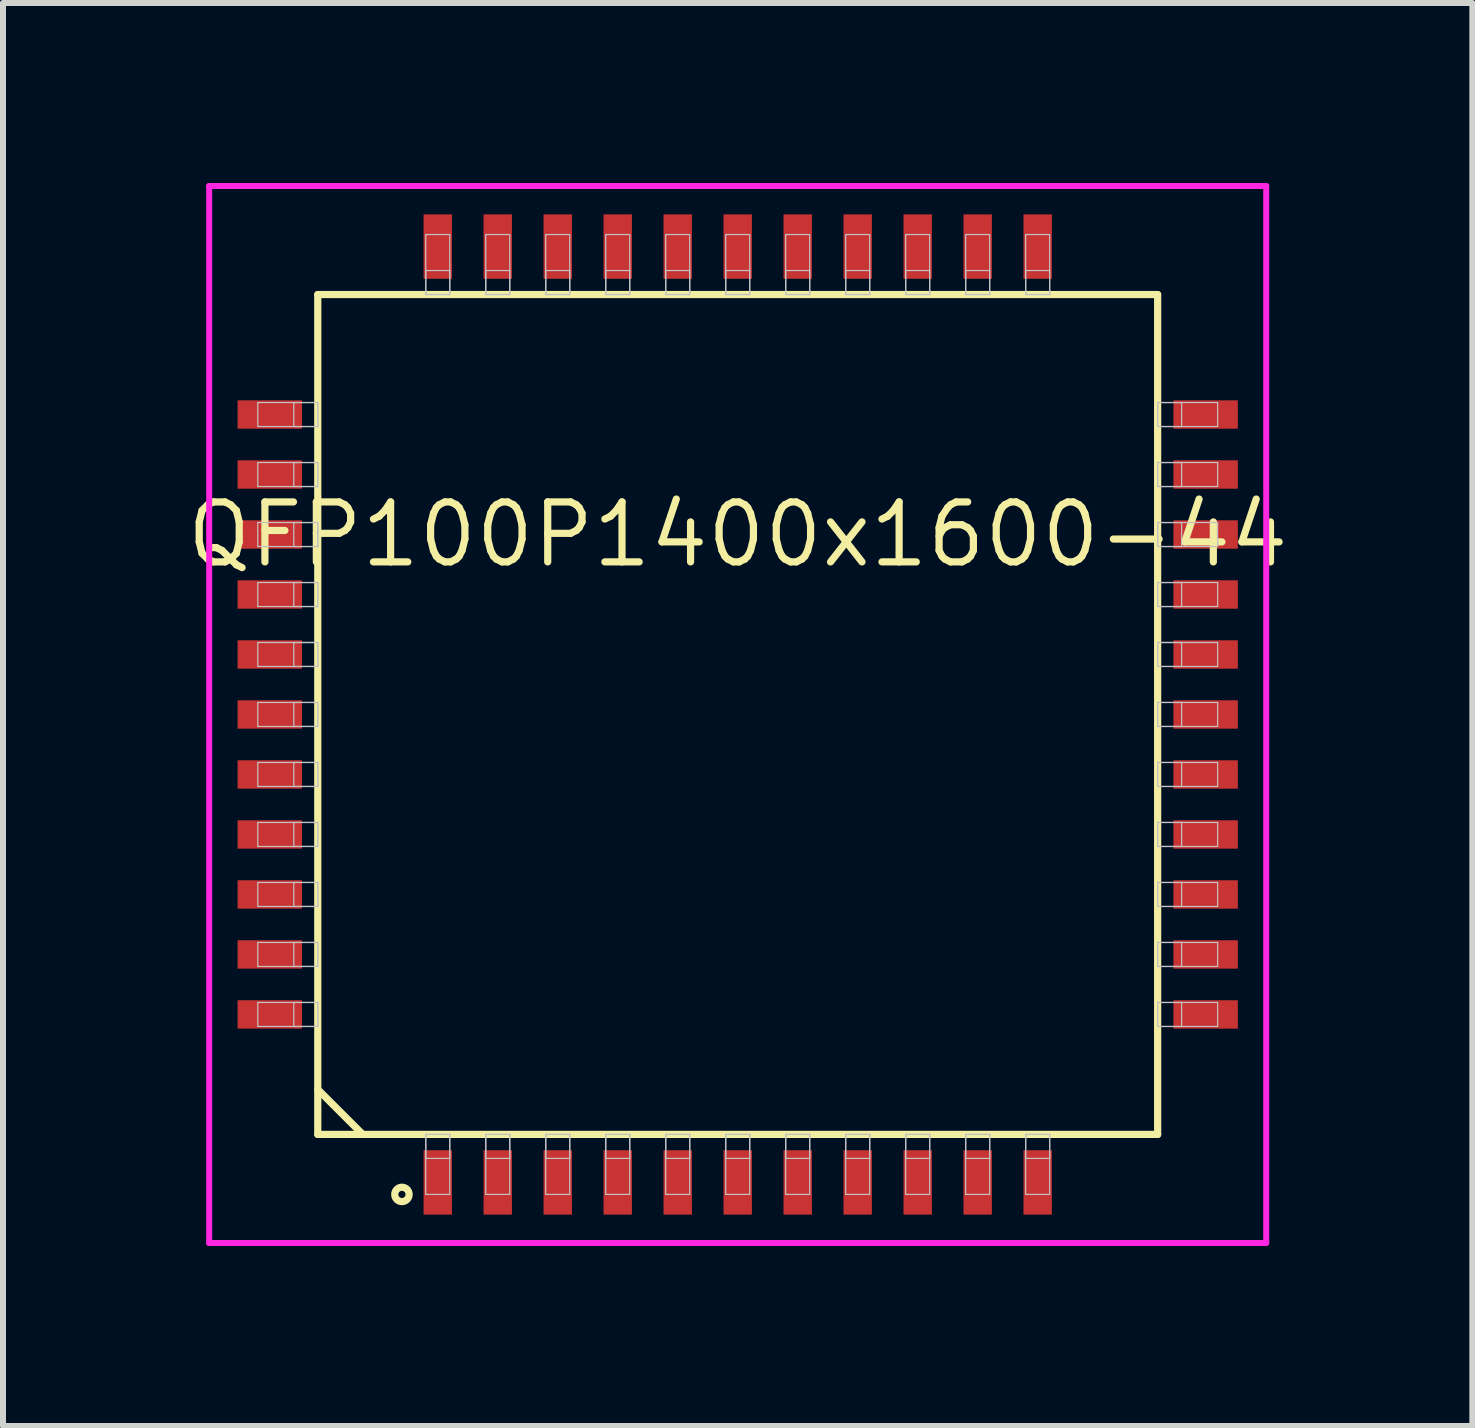
<source format=kicad_pcb>
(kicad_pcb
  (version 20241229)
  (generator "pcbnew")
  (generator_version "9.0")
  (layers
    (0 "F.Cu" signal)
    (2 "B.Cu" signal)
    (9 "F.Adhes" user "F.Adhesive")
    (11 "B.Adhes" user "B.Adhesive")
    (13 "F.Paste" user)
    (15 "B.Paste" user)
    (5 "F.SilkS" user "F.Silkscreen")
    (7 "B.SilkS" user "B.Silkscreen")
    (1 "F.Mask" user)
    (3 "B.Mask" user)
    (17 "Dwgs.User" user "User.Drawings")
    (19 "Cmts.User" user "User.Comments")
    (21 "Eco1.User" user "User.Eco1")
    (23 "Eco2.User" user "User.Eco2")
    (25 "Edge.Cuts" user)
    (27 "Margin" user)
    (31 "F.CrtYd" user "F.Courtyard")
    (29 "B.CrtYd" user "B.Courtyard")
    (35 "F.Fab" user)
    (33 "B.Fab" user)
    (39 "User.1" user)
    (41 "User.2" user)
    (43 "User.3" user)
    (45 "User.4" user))
  (footprint "QFP100P1400x1600-44"
    (layer "F.Cu")
    (at 9.247 8.86)
    (property "Reference" "QFP100P1400x1600-44" (at 0 -3 0) (layer "F.SilkS") (effects (font (size 1 1) (thickness 0.12))))
    (attr through_hole)
    (fp_line (start -7 -7) (end -7 7) (stroke (width 0.12) (type solid)) (layer "F.SilkS"))
    (fp_line (start -7 6.25) (end -6.25 7) (stroke (width 0.12) (type solid)) (layer "F.SilkS"))
    (fp_line (start -7 7) (end 7 7) (stroke (width 0.12) (type solid)) (layer "F.SilkS"))
    (fp_line (start 7 -7) (end -7 -7) (stroke (width 0.12) (type solid)) (layer "F.SilkS"))
    (fp_line (start 7 7) (end 7 -7) (stroke (width 0.12) (type solid)) (layer "F.SilkS"))
    (fp_circle (center -5.597 8) (end -5.477 8) (stroke (width 0.12) (type solid)) (fill no) (layer "F.SilkS"))
    (fp_line (start -8 -5.2) (end -8 -4.8) (stroke (width 0.02) (type solid)) (layer "Dwgs.User"))
    (fp_line (start -8 -4.8) (end -7 -4.8) (stroke (width 0.02) (type solid)) (layer "Dwgs.User"))
    (fp_line (start -8 -4.2) (end -8 -3.8) (stroke (width 0.02) (type solid)) (layer "Dwgs.User"))
    (fp_line (start -8 -3.8) (end -7 -3.8) (stroke (width 0.02) (type solid)) (layer "Dwgs.User"))
    (fp_line (start -8 -3.2) (end -8 -2.8) (stroke (width 0.02) (type solid)) (layer "Dwgs.User"))
    (fp_line (start -8 -2.8) (end -7 -2.8) (stroke (width 0.02) (type solid)) (layer "Dwgs.User"))
    (fp_line (start -8 -2.2) (end -8 -1.8) (stroke (width 0.02) (type solid)) (layer "Dwgs.User"))
    (fp_line (start -8 -1.8) (end -7 -1.8) (stroke (width 0.02) (type solid)) (layer "Dwgs.User"))
    (fp_line (start -8 -1.2) (end -8 -0.8) (stroke (width 0.02) (type solid)) (layer "Dwgs.User"))
    (fp_line (start -8 -0.8) (end -7 -0.8) (stroke (width 0.02) (type solid)) (layer "Dwgs.User"))
    (fp_line (start -8 -0.2) (end -8 0.2) (stroke (width 0.02) (type solid)) (layer "Dwgs.User"))
    (fp_line (start -8 0.2) (end -7 0.2) (stroke (width 0.02) (type solid)) (layer "Dwgs.User"))
    (fp_line (start -8 0.8) (end -8 1.2) (stroke (width 0.02) (type solid)) (layer "Dwgs.User"))
    (fp_line (start -8 1.2) (end -7 1.2) (stroke (width 0.02) (type solid)) (layer "Dwgs.User"))
    (fp_line (start -8 1.8) (end -8 2.2) (stroke (width 0.02) (type solid)) (layer "Dwgs.User"))
    (fp_line (start -8 2.2) (end -7 2.2) (stroke (width 0.02) (type solid)) (layer "Dwgs.User"))
    (fp_line (start -8 2.8) (end -8 3.2) (stroke (width 0.02) (type solid)) (layer "Dwgs.User"))
    (fp_line (start -8 3.2) (end -7 3.2) (stroke (width 0.02) (type solid)) (layer "Dwgs.User"))
    (fp_line (start -8 3.8) (end -8 4.2) (stroke (width 0.02) (type solid)) (layer "Dwgs.User"))
    (fp_line (start -8 4.2) (end -7 4.2) (stroke (width 0.02) (type solid)) (layer "Dwgs.User"))
    (fp_line (start -8 4.8) (end -8 5.2) (stroke (width 0.02) (type solid)) (layer "Dwgs.User"))
    (fp_line (start -8 5.2) (end -7 5.2) (stroke (width 0.02) (type solid)) (layer "Dwgs.User"))
    (fp_line (start -7.4 -5.2) (end -7.4 -4.8) (stroke (width 0.02) (type solid)) (layer "Dwgs.User"))
    (fp_line (start -7.4 -4.8) (end -7 -4.8) (stroke (width 0.02) (type solid)) (layer "Dwgs.User"))
    (fp_line (start -7.4 -4.2) (end -7.4 -3.8) (stroke (width 0.02) (type solid)) (layer "Dwgs.User"))
    (fp_line (start -7.4 -3.8) (end -7 -3.8) (stroke (width 0.02) (type solid)) (layer "Dwgs.User"))
    (fp_line (start -7.4 -3.2) (end -7.4 -2.8) (stroke (width 0.02) (type solid)) (layer "Dwgs.User"))
    (fp_line (start -7.4 -2.8) (end -7 -2.8) (stroke (width 0.02) (type solid)) (layer "Dwgs.User"))
    (fp_line (start -7.4 -2.2) (end -7.4 -1.8) (stroke (width 0.02) (type solid)) (layer "Dwgs.User"))
    (fp_line (start -7.4 -1.8) (end -7 -1.8) (stroke (width 0.02) (type solid)) (layer "Dwgs.User"))
    (fp_line (start -7.4 -1.2) (end -7.4 -0.8) (stroke (width 0.02) (type solid)) (layer "Dwgs.User"))
    (fp_line (start -7.4 -0.8) (end -7 -0.8) (stroke (width 0.02) (type solid)) (layer "Dwgs.User"))
    (fp_line (start -7.4 -0.2) (end -7.4 0.2) (stroke (width 0.02) (type solid)) (layer "Dwgs.User"))
    (fp_line (start -7.4 0.2) (end -7 0.2) (stroke (width 0.02) (type solid)) (layer "Dwgs.User"))
    (fp_line (start -7.4 0.8) (end -7.4 1.2) (stroke (width 0.02) (type solid)) (layer "Dwgs.User"))
    (fp_line (start -7.4 1.2) (end -7 1.2) (stroke (width 0.02) (type solid)) (layer "Dwgs.User"))
    (fp_line (start -7.4 1.8) (end -7.4 2.2) (stroke (width 0.02) (type solid)) (layer "Dwgs.User"))
    (fp_line (start -7.4 2.2) (end -7 2.2) (stroke (width 0.02) (type solid)) (layer "Dwgs.User"))
    (fp_line (start -7.4 2.8) (end -7.4 3.2) (stroke (width 0.02) (type solid)) (layer "Dwgs.User"))
    (fp_line (start -7.4 3.2) (end -7 3.2) (stroke (width 0.02) (type solid)) (layer "Dwgs.User"))
    (fp_line (start -7.4 3.8) (end -7.4 4.2) (stroke (width 0.02) (type solid)) (layer "Dwgs.User"))
    (fp_line (start -7.4 4.2) (end -7 4.2) (stroke (width 0.02) (type solid)) (layer "Dwgs.User"))
    (fp_line (start -7.4 4.8) (end -7.4 5.2) (stroke (width 0.02) (type solid)) (layer "Dwgs.User"))
    (fp_line (start -7.4 5.2) (end -7 5.2) (stroke (width 0.02) (type solid)) (layer "Dwgs.User"))
    (fp_line (start -7 -5.2) (end -8 -5.2) (stroke (width 0.02) (type solid)) (layer "Dwgs.User"))
    (fp_line (start -7 -5.2) (end -7.4 -5.2) (stroke (width 0.02) (type solid)) (layer "Dwgs.User"))
    (fp_line (start -7 -4.8) (end -7 -5.2) (stroke (width 0.02) (type solid)) (layer "Dwgs.User"))
    (fp_line (start -7 -4.8) (end -7 -5.2) (stroke (width 0.02) (type solid)) (layer "Dwgs.User"))
    (fp_line (start -7 -4.2) (end -8 -4.2) (stroke (width 0.02) (type solid)) (layer "Dwgs.User"))
    (fp_line (start -7 -4.2) (end -7.4 -4.2) (stroke (width 0.02) (type solid)) (layer "Dwgs.User"))
    (fp_line (start -7 -3.8) (end -7 -4.2) (stroke (width 0.02) (type solid)) (layer "Dwgs.User"))
    (fp_line (start -7 -3.8) (end -7 -4.2) (stroke (width 0.02) (type solid)) (layer "Dwgs.User"))
    (fp_line (start -7 -3.2) (end -8 -3.2) (stroke (width 0.02) (type solid)) (layer "Dwgs.User"))
    (fp_line (start -7 -3.2) (end -7.4 -3.2) (stroke (width 0.02) (type solid)) (layer "Dwgs.User"))
    (fp_line (start -7 -2.8) (end -7 -3.2) (stroke (width 0.02) (type solid)) (layer "Dwgs.User"))
    (fp_line (start -7 -2.8) (end -7 -3.2) (stroke (width 0.02) (type solid)) (layer "Dwgs.User"))
    (fp_line (start -7 -2.2) (end -8 -2.2) (stroke (width 0.02) (type solid)) (layer "Dwgs.User"))
    (fp_line (start -7 -2.2) (end -7.4 -2.2) (stroke (width 0.02) (type solid)) (layer "Dwgs.User"))
    (fp_line (start -7 -1.8) (end -7 -2.2) (stroke (width 0.02) (type solid)) (layer "Dwgs.User"))
    (fp_line (start -7 -1.8) (end -7 -2.2) (stroke (width 0.02) (type solid)) (layer "Dwgs.User"))
    (fp_line (start -7 -1.2) (end -8 -1.2) (stroke (width 0.02) (type solid)) (layer "Dwgs.User"))
    (fp_line (start -7 -1.2) (end -7.4 -1.2) (stroke (width 0.02) (type solid)) (layer "Dwgs.User"))
    (fp_line (start -7 -0.8) (end -7 -1.2) (stroke (width 0.02) (type solid)) (layer "Dwgs.User"))
    (fp_line (start -7 -0.8) (end -7 -1.2) (stroke (width 0.02) (type solid)) (layer "Dwgs.User"))
    (fp_line (start -7 -0.2) (end -8 -0.2) (stroke (width 0.02) (type solid)) (layer "Dwgs.User"))
    (fp_line (start -7 -0.2) (end -7.4 -0.2) (stroke (width 0.02) (type solid)) (layer "Dwgs.User"))
    (fp_line (start -7 0.2) (end -7 -0.2) (stroke (width 0.02) (type solid)) (layer "Dwgs.User"))
    (fp_line (start -7 0.2) (end -7 -0.2) (stroke (width 0.02) (type solid)) (layer "Dwgs.User"))
    (fp_line (start -7 0.8) (end -8 0.8) (stroke (width 0.02) (type solid)) (layer "Dwgs.User"))
    (fp_line (start -7 0.8) (end -7.4 0.8) (stroke (width 0.02) (type solid)) (layer "Dwgs.User"))
    (fp_line (start -7 1.2) (end -7 0.8) (stroke (width 0.02) (type solid)) (layer "Dwgs.User"))
    (fp_line (start -7 1.2) (end -7 0.8) (stroke (width 0.02) (type solid)) (layer "Dwgs.User"))
    (fp_line (start -7 1.8) (end -8 1.8) (stroke (width 0.02) (type solid)) (layer "Dwgs.User"))
    (fp_line (start -7 1.8) (end -7.4 1.8) (stroke (width 0.02) (type solid)) (layer "Dwgs.User"))
    (fp_line (start -7 2.2) (end -7 1.8) (stroke (width 0.02) (type solid)) (layer "Dwgs.User"))
    (fp_line (start -7 2.2) (end -7 1.8) (stroke (width 0.02) (type solid)) (layer "Dwgs.User"))
    (fp_line (start -7 2.8) (end -8 2.8) (stroke (width 0.02) (type solid)) (layer "Dwgs.User"))
    (fp_line (start -7 2.8) (end -7.4 2.8) (stroke (width 0.02) (type solid)) (layer "Dwgs.User"))
    (fp_line (start -7 3.2) (end -7 2.8) (stroke (width 0.02) (type solid)) (layer "Dwgs.User"))
    (fp_line (start -7 3.2) (end -7 2.8) (stroke (width 0.02) (type solid)) (layer "Dwgs.User"))
    (fp_line (start -7 3.8) (end -8 3.8) (stroke (width 0.02) (type solid)) (layer "Dwgs.User"))
    (fp_line (start -7 3.8) (end -7.4 3.8) (stroke (width 0.02) (type solid)) (layer "Dwgs.User"))
    (fp_line (start -7 4.2) (end -7 3.8) (stroke (width 0.02) (type solid)) (layer "Dwgs.User"))
    (fp_line (start -7 4.2) (end -7 3.8) (stroke (width 0.02) (type solid)) (layer "Dwgs.User"))
    (fp_line (start -7 4.8) (end -8 4.8) (stroke (width 0.02) (type solid)) (layer "Dwgs.User"))
    (fp_line (start -7 4.8) (end -7.4 4.8) (stroke (width 0.02) (type solid)) (layer "Dwgs.User"))
    (fp_line (start -7 5.2) (end -7 4.8) (stroke (width 0.02) (type solid)) (layer "Dwgs.User"))
    (fp_line (start -7 5.2) (end -7 4.8) (stroke (width 0.02) (type solid)) (layer "Dwgs.User"))
    (fp_line (start -5.2 -8) (end -5.2 -7) (stroke (width 0.02) (type solid)) (layer "Dwgs.User"))
    (fp_line (start -5.2 -7.4) (end -5.2 -7) (stroke (width 0.02) (type solid)) (layer "Dwgs.User"))
    (fp_line (start -5.2 -7) (end -4.8 -7) (stroke (width 0.02) (type solid)) (layer "Dwgs.User"))
    (fp_line (start -5.2 -7) (end -4.8 -7) (stroke (width 0.02) (type solid)) (layer "Dwgs.User"))
    (fp_line (start -5.2 7) (end -4.8 7) (stroke (width 0.02) (type solid)) (layer "Dwgs.User"))
    (fp_line (start -5.2 7) (end -4.8 7) (stroke (width 0.02) (type solid)) (layer "Dwgs.User"))
    (fp_line (start -5.2 7.4) (end -5.2 7) (stroke (width 0.02) (type solid)) (layer "Dwgs.User"))
    (fp_line (start -5.2 8) (end -5.2 7) (stroke (width 0.02) (type solid)) (layer "Dwgs.User"))
    (fp_line (start -4.8 -8) (end -5.2 -8) (stroke (width 0.02) (type solid)) (layer "Dwgs.User"))
    (fp_line (start -4.8 -7.4) (end -5.2 -7.4) (stroke (width 0.02) (type solid)) (layer "Dwgs.User"))
    (fp_line (start -4.8 -7) (end -4.8 -8) (stroke (width 0.02) (type solid)) (layer "Dwgs.User"))
    (fp_line (start -4.8 -7) (end -4.8 -7.4) (stroke (width 0.02) (type solid)) (layer "Dwgs.User"))
    (fp_line (start -4.8 7) (end -4.8 7.4) (stroke (width 0.02) (type solid)) (layer "Dwgs.User"))
    (fp_line (start -4.8 7) (end -4.8 8) (stroke (width 0.02) (type solid)) (layer "Dwgs.User"))
    (fp_line (start -4.8 7.4) (end -5.2 7.4) (stroke (width 0.02) (type solid)) (layer "Dwgs.User"))
    (fp_line (start -4.8 8) (end -5.2 8) (stroke (width 0.02) (type solid)) (layer "Dwgs.User"))
    (fp_line (start -4.2 -8) (end -4.2 -7) (stroke (width 0.02) (type solid)) (layer "Dwgs.User"))
    (fp_line (start -4.2 -7.4) (end -4.2 -7) (stroke (width 0.02) (type solid)) (layer "Dwgs.User"))
    (fp_line (start -4.2 -7) (end -3.8 -7) (stroke (width 0.02) (type solid)) (layer "Dwgs.User"))
    (fp_line (start -4.2 -7) (end -3.8 -7) (stroke (width 0.02) (type solid)) (layer "Dwgs.User"))
    (fp_line (start -4.2 7) (end -3.8 7) (stroke (width 0.02) (type solid)) (layer "Dwgs.User"))
    (fp_line (start -4.2 7) (end -3.8 7) (stroke (width 0.02) (type solid)) (layer "Dwgs.User"))
    (fp_line (start -4.2 7.4) (end -4.2 7) (stroke (width 0.02) (type solid)) (layer "Dwgs.User"))
    (fp_line (start -4.2 8) (end -4.2 7) (stroke (width 0.02) (type solid)) (layer "Dwgs.User"))
    (fp_line (start -3.8 -8) (end -4.2 -8) (stroke (width 0.02) (type solid)) (layer "Dwgs.User"))
    (fp_line (start -3.8 -7.4) (end -4.2 -7.4) (stroke (width 0.02) (type solid)) (layer "Dwgs.User"))
    (fp_line (start -3.8 -7) (end -3.8 -8) (stroke (width 0.02) (type solid)) (layer "Dwgs.User"))
    (fp_line (start -3.8 -7) (end -3.8 -7.4) (stroke (width 0.02) (type solid)) (layer "Dwgs.User"))
    (fp_line (start -3.8 7) (end -3.8 7.4) (stroke (width 0.02) (type solid)) (layer "Dwgs.User"))
    (fp_line (start -3.8 7) (end -3.8 8) (stroke (width 0.02) (type solid)) (layer "Dwgs.User"))
    (fp_line (start -3.8 7.4) (end -4.2 7.4) (stroke (width 0.02) (type solid)) (layer "Dwgs.User"))
    (fp_line (start -3.8 8) (end -4.2 8) (stroke (width 0.02) (type solid)) (layer "Dwgs.User"))
    (fp_line (start -3.2 -8) (end -3.2 -7) (stroke (width 0.02) (type solid)) (layer "Dwgs.User"))
    (fp_line (start -3.2 -7.4) (end -3.2 -7) (stroke (width 0.02) (type solid)) (layer "Dwgs.User"))
    (fp_line (start -3.2 -7) (end -2.8 -7) (stroke (width 0.02) (type solid)) (layer "Dwgs.User"))
    (fp_line (start -3.2 -7) (end -2.8 -7) (stroke (width 0.02) (type solid)) (layer "Dwgs.User"))
    (fp_line (start -3.2 7) (end -2.8 7) (stroke (width 0.02) (type solid)) (layer "Dwgs.User"))
    (fp_line (start -3.2 7) (end -2.8 7) (stroke (width 0.02) (type solid)) (layer "Dwgs.User"))
    (fp_line (start -3.2 7.4) (end -3.2 7) (stroke (width 0.02) (type solid)) (layer "Dwgs.User"))
    (fp_line (start -3.2 8) (end -3.2 7) (stroke (width 0.02) (type solid)) (layer "Dwgs.User"))
    (fp_line (start -2.8 -8) (end -3.2 -8) (stroke (width 0.02) (type solid)) (layer "Dwgs.User"))
    (fp_line (start -2.8 -7.4) (end -3.2 -7.4) (stroke (width 0.02) (type solid)) (layer "Dwgs.User"))
    (fp_line (start -2.8 -7) (end -2.8 -8) (stroke (width 0.02) (type solid)) (layer "Dwgs.User"))
    (fp_line (start -2.8 -7) (end -2.8 -7.4) (stroke (width 0.02) (type solid)) (layer "Dwgs.User"))
    (fp_line (start -2.8 7) (end -2.8 7.4) (stroke (width 0.02) (type solid)) (layer "Dwgs.User"))
    (fp_line (start -2.8 7) (end -2.8 8) (stroke (width 0.02) (type solid)) (layer "Dwgs.User"))
    (fp_line (start -2.8 7.4) (end -3.2 7.4) (stroke (width 0.02) (type solid)) (layer "Dwgs.User"))
    (fp_line (start -2.8 8) (end -3.2 8) (stroke (width 0.02) (type solid)) (layer "Dwgs.User"))
    (fp_line (start -2.2 -8) (end -2.2 -7) (stroke (width 0.02) (type solid)) (layer "Dwgs.User"))
    (fp_line (start -2.2 -7.4) (end -2.2 -7) (stroke (width 0.02) (type solid)) (layer "Dwgs.User"))
    (fp_line (start -2.2 -7) (end -1.8 -7) (stroke (width 0.02) (type solid)) (layer "Dwgs.User"))
    (fp_line (start -2.2 -7) (end -1.8 -7) (stroke (width 0.02) (type solid)) (layer "Dwgs.User"))
    (fp_line (start -2.2 7) (end -1.8 7) (stroke (width 0.02) (type solid)) (layer "Dwgs.User"))
    (fp_line (start -2.2 7) (end -1.8 7) (stroke (width 0.02) (type solid)) (layer "Dwgs.User"))
    (fp_line (start -2.2 7.4) (end -2.2 7) (stroke (width 0.02) (type solid)) (layer "Dwgs.User"))
    (fp_line (start -2.2 8) (end -2.2 7) (stroke (width 0.02) (type solid)) (layer "Dwgs.User"))
    (fp_line (start -1.8 -8) (end -2.2 -8) (stroke (width 0.02) (type solid)) (layer "Dwgs.User"))
    (fp_line (start -1.8 -7.4) (end -2.2 -7.4) (stroke (width 0.02) (type solid)) (layer "Dwgs.User"))
    (fp_line (start -1.8 -7) (end -1.8 -8) (stroke (width 0.02) (type solid)) (layer "Dwgs.User"))
    (fp_line (start -1.8 -7) (end -1.8 -7.4) (stroke (width 0.02) (type solid)) (layer "Dwgs.User"))
    (fp_line (start -1.8 7) (end -1.8 7.4) (stroke (width 0.02) (type solid)) (layer "Dwgs.User"))
    (fp_line (start -1.8 7) (end -1.8 8) (stroke (width 0.02) (type solid)) (layer "Dwgs.User"))
    (fp_line (start -1.8 7.4) (end -2.2 7.4) (stroke (width 0.02) (type solid)) (layer "Dwgs.User"))
    (fp_line (start -1.8 8) (end -2.2 8) (stroke (width 0.02) (type solid)) (layer "Dwgs.User"))
    (fp_line (start -1.2 -8) (end -1.2 -7) (stroke (width 0.02) (type solid)) (layer "Dwgs.User"))
    (fp_line (start -1.2 -7.4) (end -1.2 -7) (stroke (width 0.02) (type solid)) (layer "Dwgs.User"))
    (fp_line (start -1.2 -7) (end -0.8 -7) (stroke (width 0.02) (type solid)) (layer "Dwgs.User"))
    (fp_line (start -1.2 -7) (end -0.8 -7) (stroke (width 0.02) (type solid)) (layer "Dwgs.User"))
    (fp_line (start -1.2 7) (end -0.8 7) (stroke (width 0.02) (type solid)) (layer "Dwgs.User"))
    (fp_line (start -1.2 7) (end -0.8 7) (stroke (width 0.02) (type solid)) (layer "Dwgs.User"))
    (fp_line (start -1.2 7.4) (end -1.2 7) (stroke (width 0.02) (type solid)) (layer "Dwgs.User"))
    (fp_line (start -1.2 8) (end -1.2 7) (stroke (width 0.02) (type solid)) (layer "Dwgs.User"))
    (fp_line (start -0.8 -8) (end -1.2 -8) (stroke (width 0.02) (type solid)) (layer "Dwgs.User"))
    (fp_line (start -0.8 -7.4) (end -1.2 -7.4) (stroke (width 0.02) (type solid)) (layer "Dwgs.User"))
    (fp_line (start -0.8 -7) (end -0.8 -8) (stroke (width 0.02) (type solid)) (layer "Dwgs.User"))
    (fp_line (start -0.8 -7) (end -0.8 -7.4) (stroke (width 0.02) (type solid)) (layer "Dwgs.User"))
    (fp_line (start -0.8 7) (end -0.8 7.4) (stroke (width 0.02) (type solid)) (layer "Dwgs.User"))
    (fp_line (start -0.8 7) (end -0.8 8) (stroke (width 0.02) (type solid)) (layer "Dwgs.User"))
    (fp_line (start -0.8 7.4) (end -1.2 7.4) (stroke (width 0.02) (type solid)) (layer "Dwgs.User"))
    (fp_line (start -0.8 8) (end -1.2 8) (stroke (width 0.02) (type solid)) (layer "Dwgs.User"))
    (fp_line (start -0.2 -8) (end -0.2 -7) (stroke (width 0.02) (type solid)) (layer "Dwgs.User"))
    (fp_line (start -0.2 -7.4) (end -0.2 -7) (stroke (width 0.02) (type solid)) (layer "Dwgs.User"))
    (fp_line (start -0.2 -7) (end 0.2 -7) (stroke (width 0.02) (type solid)) (layer "Dwgs.User"))
    (fp_line (start -0.2 -7) (end 0.2 -7) (stroke (width 0.02) (type solid)) (layer "Dwgs.User"))
    (fp_line (start -0.2 7) (end 0.2 7) (stroke (width 0.02) (type solid)) (layer "Dwgs.User"))
    (fp_line (start -0.2 7) (end 0.2 7) (stroke (width 0.02) (type solid)) (layer "Dwgs.User"))
    (fp_line (start -0.2 7.4) (end -0.2 7) (stroke (width 0.02) (type solid)) (layer "Dwgs.User"))
    (fp_line (start -0.2 8) (end -0.2 7) (stroke (width 0.02) (type solid)) (layer "Dwgs.User"))
    (fp_line (start 0.2 -8) (end -0.2 -8) (stroke (width 0.02) (type solid)) (layer "Dwgs.User"))
    (fp_line (start 0.2 -7.4) (end -0.2 -7.4) (stroke (width 0.02) (type solid)) (layer "Dwgs.User"))
    (fp_line (start 0.2 -7) (end 0.2 -8) (stroke (width 0.02) (type solid)) (layer "Dwgs.User"))
    (fp_line (start 0.2 -7) (end 0.2 -7.4) (stroke (width 0.02) (type solid)) (layer "Dwgs.User"))
    (fp_line (start 0.2 7) (end 0.2 7.4) (stroke (width 0.02) (type solid)) (layer "Dwgs.User"))
    (fp_line (start 0.2 7) (end 0.2 8) (stroke (width 0.02) (type solid)) (layer "Dwgs.User"))
    (fp_line (start 0.2 7.4) (end -0.2 7.4) (stroke (width 0.02) (type solid)) (layer "Dwgs.User"))
    (fp_line (start 0.2 8) (end -0.2 8) (stroke (width 0.02) (type solid)) (layer "Dwgs.User"))
    (fp_line (start 0.8 -8) (end 0.8 -7) (stroke (width 0.02) (type solid)) (layer "Dwgs.User"))
    (fp_line (start 0.8 -7.4) (end 0.8 -7) (stroke (width 0.02) (type solid)) (layer "Dwgs.User"))
    (fp_line (start 0.8 -7) (end 1.2 -7) (stroke (width 0.02) (type solid)) (layer "Dwgs.User"))
    (fp_line (start 0.8 -7) (end 1.2 -7) (stroke (width 0.02) (type solid)) (layer "Dwgs.User"))
    (fp_line (start 0.8 7) (end 1.2 7) (stroke (width 0.02) (type solid)) (layer "Dwgs.User"))
    (fp_line (start 0.8 7) (end 1.2 7) (stroke (width 0.02) (type solid)) (layer "Dwgs.User"))
    (fp_line (start 0.8 7.4) (end 0.8 7) (stroke (width 0.02) (type solid)) (layer "Dwgs.User"))
    (fp_line (start 0.8 8) (end 0.8 7) (stroke (width 0.02) (type solid)) (layer "Dwgs.User"))
    (fp_line (start 1.2 -8) (end 0.8 -8) (stroke (width 0.02) (type solid)) (layer "Dwgs.User"))
    (fp_line (start 1.2 -7.4) (end 0.8 -7.4) (stroke (width 0.02) (type solid)) (layer "Dwgs.User"))
    (fp_line (start 1.2 -7) (end 1.2 -8) (stroke (width 0.02) (type solid)) (layer "Dwgs.User"))
    (fp_line (start 1.2 -7) (end 1.2 -7.4) (stroke (width 0.02) (type solid)) (layer "Dwgs.User"))
    (fp_line (start 1.2 7) (end 1.2 7.4) (stroke (width 0.02) (type solid)) (layer "Dwgs.User"))
    (fp_line (start 1.2 7) (end 1.2 8) (stroke (width 0.02) (type solid)) (layer "Dwgs.User"))
    (fp_line (start 1.2 7.4) (end 0.8 7.4) (stroke (width 0.02) (type solid)) (layer "Dwgs.User"))
    (fp_line (start 1.2 8) (end 0.8 8) (stroke (width 0.02) (type solid)) (layer "Dwgs.User"))
    (fp_line (start 1.8 -8) (end 1.8 -7) (stroke (width 0.02) (type solid)) (layer "Dwgs.User"))
    (fp_line (start 1.8 -7.4) (end 1.8 -7) (stroke (width 0.02) (type solid)) (layer "Dwgs.User"))
    (fp_line (start 1.8 -7) (end 2.2 -7) (stroke (width 0.02) (type solid)) (layer "Dwgs.User"))
    (fp_line (start 1.8 -7) (end 2.2 -7) (stroke (width 0.02) (type solid)) (layer "Dwgs.User"))
    (fp_line (start 1.8 7) (end 2.2 7) (stroke (width 0.02) (type solid)) (layer "Dwgs.User"))
    (fp_line (start 1.8 7) (end 2.2 7) (stroke (width 0.02) (type solid)) (layer "Dwgs.User"))
    (fp_line (start 1.8 7.4) (end 1.8 7) (stroke (width 0.02) (type solid)) (layer "Dwgs.User"))
    (fp_line (start 1.8 8) (end 1.8 7) (stroke (width 0.02) (type solid)) (layer "Dwgs.User"))
    (fp_line (start 2.2 -8) (end 1.8 -8) (stroke (width 0.02) (type solid)) (layer "Dwgs.User"))
    (fp_line (start 2.2 -7.4) (end 1.8 -7.4) (stroke (width 0.02) (type solid)) (layer "Dwgs.User"))
    (fp_line (start 2.2 -7) (end 2.2 -8) (stroke (width 0.02) (type solid)) (layer "Dwgs.User"))
    (fp_line (start 2.2 -7) (end 2.2 -7.4) (stroke (width 0.02) (type solid)) (layer "Dwgs.User"))
    (fp_line (start 2.2 7) (end 2.2 7.4) (stroke (width 0.02) (type solid)) (layer "Dwgs.User"))
    (fp_line (start 2.2 7) (end 2.2 8) (stroke (width 0.02) (type solid)) (layer "Dwgs.User"))
    (fp_line (start 2.2 7.4) (end 1.8 7.4) (stroke (width 0.02) (type solid)) (layer "Dwgs.User"))
    (fp_line (start 2.2 8) (end 1.8 8) (stroke (width 0.02) (type solid)) (layer "Dwgs.User"))
    (fp_line (start 2.8 -8) (end 2.8 -7) (stroke (width 0.02) (type solid)) (layer "Dwgs.User"))
    (fp_line (start 2.8 -7.4) (end 2.8 -7) (stroke (width 0.02) (type solid)) (layer "Dwgs.User"))
    (fp_line (start 2.8 -7) (end 3.2 -7) (stroke (width 0.02) (type solid)) (layer "Dwgs.User"))
    (fp_line (start 2.8 -7) (end 3.2 -7) (stroke (width 0.02) (type solid)) (layer "Dwgs.User"))
    (fp_line (start 2.8 7) (end 3.2 7) (stroke (width 0.02) (type solid)) (layer "Dwgs.User"))
    (fp_line (start 2.8 7) (end 3.2 7) (stroke (width 0.02) (type solid)) (layer "Dwgs.User"))
    (fp_line (start 2.8 7.4) (end 2.8 7) (stroke (width 0.02) (type solid)) (layer "Dwgs.User"))
    (fp_line (start 2.8 8) (end 2.8 7) (stroke (width 0.02) (type solid)) (layer "Dwgs.User"))
    (fp_line (start 3.2 -8) (end 2.8 -8) (stroke (width 0.02) (type solid)) (layer "Dwgs.User"))
    (fp_line (start 3.2 -7.4) (end 2.8 -7.4) (stroke (width 0.02) (type solid)) (layer "Dwgs.User"))
    (fp_line (start 3.2 -7) (end 3.2 -8) (stroke (width 0.02) (type solid)) (layer "Dwgs.User"))
    (fp_line (start 3.2 -7) (end 3.2 -7.4) (stroke (width 0.02) (type solid)) (layer "Dwgs.User"))
    (fp_line (start 3.2 7) (end 3.2 7.4) (stroke (width 0.02) (type solid)) (layer "Dwgs.User"))
    (fp_line (start 3.2 7) (end 3.2 8) (stroke (width 0.02) (type solid)) (layer "Dwgs.User"))
    (fp_line (start 3.2 7.4) (end 2.8 7.4) (stroke (width 0.02) (type solid)) (layer "Dwgs.User"))
    (fp_line (start 3.2 8) (end 2.8 8) (stroke (width 0.02) (type solid)) (layer "Dwgs.User"))
    (fp_line (start 3.8 -8) (end 3.8 -7) (stroke (width 0.02) (type solid)) (layer "Dwgs.User"))
    (fp_line (start 3.8 -7.4) (end 3.8 -7) (stroke (width 0.02) (type solid)) (layer "Dwgs.User"))
    (fp_line (start 3.8 -7) (end 4.2 -7) (stroke (width 0.02) (type solid)) (layer "Dwgs.User"))
    (fp_line (start 3.8 -7) (end 4.2 -7) (stroke (width 0.02) (type solid)) (layer "Dwgs.User"))
    (fp_line (start 3.8 7) (end 4.2 7) (stroke (width 0.02) (type solid)) (layer "Dwgs.User"))
    (fp_line (start 3.8 7) (end 4.2 7) (stroke (width 0.02) (type solid)) (layer "Dwgs.User"))
    (fp_line (start 3.8 7.4) (end 3.8 7) (stroke (width 0.02) (type solid)) (layer "Dwgs.User"))
    (fp_line (start 3.8 8) (end 3.8 7) (stroke (width 0.02) (type solid)) (layer "Dwgs.User"))
    (fp_line (start 4.2 -8) (end 3.8 -8) (stroke (width 0.02) (type solid)) (layer "Dwgs.User"))
    (fp_line (start 4.2 -7.4) (end 3.8 -7.4) (stroke (width 0.02) (type solid)) (layer "Dwgs.User"))
    (fp_line (start 4.2 -7) (end 4.2 -8) (stroke (width 0.02) (type solid)) (layer "Dwgs.User"))
    (fp_line (start 4.2 -7) (end 4.2 -7.4) (stroke (width 0.02) (type solid)) (layer "Dwgs.User"))
    (fp_line (start 4.2 7) (end 4.2 7.4) (stroke (width 0.02) (type solid)) (layer "Dwgs.User"))
    (fp_line (start 4.2 7) (end 4.2 8) (stroke (width 0.02) (type solid)) (layer "Dwgs.User"))
    (fp_line (start 4.2 7.4) (end 3.8 7.4) (stroke (width 0.02) (type solid)) (layer "Dwgs.User"))
    (fp_line (start 4.2 8) (end 3.8 8) (stroke (width 0.02) (type solid)) (layer "Dwgs.User"))
    (fp_line (start 4.8 -8) (end 4.8 -7) (stroke (width 0.02) (type solid)) (layer "Dwgs.User"))
    (fp_line (start 4.8 -7.4) (end 4.8 -7) (stroke (width 0.02) (type solid)) (layer "Dwgs.User"))
    (fp_line (start 4.8 -7) (end 5.2 -7) (stroke (width 0.02) (type solid)) (layer "Dwgs.User"))
    (fp_line (start 4.8 -7) (end 5.2 -7) (stroke (width 0.02) (type solid)) (layer "Dwgs.User"))
    (fp_line (start 4.8 7) (end 5.2 7) (stroke (width 0.02) (type solid)) (layer "Dwgs.User"))
    (fp_line (start 4.8 7) (end 5.2 7) (stroke (width 0.02) (type solid)) (layer "Dwgs.User"))
    (fp_line (start 4.8 7.4) (end 4.8 7) (stroke (width 0.02) (type solid)) (layer "Dwgs.User"))
    (fp_line (start 4.8 8) (end 4.8 7) (stroke (width 0.02) (type solid)) (layer "Dwgs.User"))
    (fp_line (start 5.2 -8) (end 4.8 -8) (stroke (width 0.02) (type solid)) (layer "Dwgs.User"))
    (fp_line (start 5.2 -7.4) (end 4.8 -7.4) (stroke (width 0.02) (type solid)) (layer "Dwgs.User"))
    (fp_line (start 5.2 -7) (end 5.2 -8) (stroke (width 0.02) (type solid)) (layer "Dwgs.User"))
    (fp_line (start 5.2 -7) (end 5.2 -7.4) (stroke (width 0.02) (type solid)) (layer "Dwgs.User"))
    (fp_line (start 5.2 7) (end 5.2 7.4) (stroke (width 0.02) (type solid)) (layer "Dwgs.User"))
    (fp_line (start 5.2 7) (end 5.2 8) (stroke (width 0.02) (type solid)) (layer "Dwgs.User"))
    (fp_line (start 5.2 7.4) (end 4.8 7.4) (stroke (width 0.02) (type solid)) (layer "Dwgs.User"))
    (fp_line (start 5.2 8) (end 4.8 8) (stroke (width 0.02) (type solid)) (layer "Dwgs.User"))
    (fp_line (start 7 -5.2) (end 7.4 -5.2) (stroke (width 0.02) (type solid)) (layer "Dwgs.User"))
    (fp_line (start 7 -5.2) (end 8 -5.2) (stroke (width 0.02) (type solid)) (layer "Dwgs.User"))
    (fp_line (start 7 -4.8) (end 7 -5.2) (stroke (width 0.02) (type solid)) (layer "Dwgs.User"))
    (fp_line (start 7 -4.8) (end 7 -5.2) (stroke (width 0.02) (type solid)) (layer "Dwgs.User"))
    (fp_line (start 7 -4.2) (end 7.4 -4.2) (stroke (width 0.02) (type solid)) (layer "Dwgs.User"))
    (fp_line (start 7 -4.2) (end 8 -4.2) (stroke (width 0.02) (type solid)) (layer "Dwgs.User"))
    (fp_line (start 7 -3.8) (end 7 -4.2) (stroke (width 0.02) (type solid)) (layer "Dwgs.User"))
    (fp_line (start 7 -3.8) (end 7 -4.2) (stroke (width 0.02) (type solid)) (layer "Dwgs.User"))
    (fp_line (start 7 -3.2) (end 7.4 -3.2) (stroke (width 0.02) (type solid)) (layer "Dwgs.User"))
    (fp_line (start 7 -3.2) (end 8 -3.2) (stroke (width 0.02) (type solid)) (layer "Dwgs.User"))
    (fp_line (start 7 -2.8) (end 7 -3.2) (stroke (width 0.02) (type solid)) (layer "Dwgs.User"))
    (fp_line (start 7 -2.8) (end 7 -3.2) (stroke (width 0.02) (type solid)) (layer "Dwgs.User"))
    (fp_line (start 7 -2.2) (end 7.4 -2.2) (stroke (width 0.02) (type solid)) (layer "Dwgs.User"))
    (fp_line (start 7 -2.2) (end 8 -2.2) (stroke (width 0.02) (type solid)) (layer "Dwgs.User"))
    (fp_line (start 7 -1.8) (end 7 -2.2) (stroke (width 0.02) (type solid)) (layer "Dwgs.User"))
    (fp_line (start 7 -1.8) (end 7 -2.2) (stroke (width 0.02) (type solid)) (layer "Dwgs.User"))
    (fp_line (start 7 -1.2) (end 7.4 -1.2) (stroke (width 0.02) (type solid)) (layer "Dwgs.User"))
    (fp_line (start 7 -1.2) (end 8 -1.2) (stroke (width 0.02) (type solid)) (layer "Dwgs.User"))
    (fp_line (start 7 -0.8) (end 7 -1.2) (stroke (width 0.02) (type solid)) (layer "Dwgs.User"))
    (fp_line (start 7 -0.8) (end 7 -1.2) (stroke (width 0.02) (type solid)) (layer "Dwgs.User"))
    (fp_line (start 7 -0.2) (end 7.4 -0.2) (stroke (width 0.02) (type solid)) (layer "Dwgs.User"))
    (fp_line (start 7 -0.2) (end 8 -0.2) (stroke (width 0.02) (type solid)) (layer "Dwgs.User"))
    (fp_line (start 7 0.2) (end 7 -0.2) (stroke (width 0.02) (type solid)) (layer "Dwgs.User"))
    (fp_line (start 7 0.2) (end 7 -0.2) (stroke (width 0.02) (type solid)) (layer "Dwgs.User"))
    (fp_line (start 7 0.8) (end 7.4 0.8) (stroke (width 0.02) (type solid)) (layer "Dwgs.User"))
    (fp_line (start 7 0.8) (end 8 0.8) (stroke (width 0.02) (type solid)) (layer "Dwgs.User"))
    (fp_line (start 7 1.2) (end 7 0.8) (stroke (width 0.02) (type solid)) (layer "Dwgs.User"))
    (fp_line (start 7 1.2) (end 7 0.8) (stroke (width 0.02) (type solid)) (layer "Dwgs.User"))
    (fp_line (start 7 1.8) (end 7.4 1.8) (stroke (width 0.02) (type solid)) (layer "Dwgs.User"))
    (fp_line (start 7 1.8) (end 8 1.8) (stroke (width 0.02) (type solid)) (layer "Dwgs.User"))
    (fp_line (start 7 2.2) (end 7 1.8) (stroke (width 0.02) (type solid)) (layer "Dwgs.User"))
    (fp_line (start 7 2.2) (end 7 1.8) (stroke (width 0.02) (type solid)) (layer "Dwgs.User"))
    (fp_line (start 7 2.8) (end 7.4 2.8) (stroke (width 0.02) (type solid)) (layer "Dwgs.User"))
    (fp_line (start 7 2.8) (end 8 2.8) (stroke (width 0.02) (type solid)) (layer "Dwgs.User"))
    (fp_line (start 7 3.2) (end 7 2.8) (stroke (width 0.02) (type solid)) (layer "Dwgs.User"))
    (fp_line (start 7 3.2) (end 7 2.8) (stroke (width 0.02) (type solid)) (layer "Dwgs.User"))
    (fp_line (start 7 3.8) (end 7.4 3.8) (stroke (width 0.02) (type solid)) (layer "Dwgs.User"))
    (fp_line (start 7 3.8) (end 8 3.8) (stroke (width 0.02) (type solid)) (layer "Dwgs.User"))
    (fp_line (start 7 4.2) (end 7 3.8) (stroke (width 0.02) (type solid)) (layer "Dwgs.User"))
    (fp_line (start 7 4.2) (end 7 3.8) (stroke (width 0.02) (type solid)) (layer "Dwgs.User"))
    (fp_line (start 7 4.8) (end 7.4 4.8) (stroke (width 0.02) (type solid)) (layer "Dwgs.User"))
    (fp_line (start 7 4.8) (end 8 4.8) (stroke (width 0.02) (type solid)) (layer "Dwgs.User"))
    (fp_line (start 7 5.2) (end 7 4.8) (stroke (width 0.02) (type solid)) (layer "Dwgs.User"))
    (fp_line (start 7 5.2) (end 7 4.8) (stroke (width 0.02) (type solid)) (layer "Dwgs.User"))
    (fp_line (start 7.4 -5.2) (end 7.4 -4.8) (stroke (width 0.02) (type solid)) (layer "Dwgs.User"))
    (fp_line (start 7.4 -4.8) (end 7 -4.8) (stroke (width 0.02) (type solid)) (layer "Dwgs.User"))
    (fp_line (start 7.4 -4.2) (end 7.4 -3.8) (stroke (width 0.02) (type solid)) (layer "Dwgs.User"))
    (fp_line (start 7.4 -3.8) (end 7 -3.8) (stroke (width 0.02) (type solid)) (layer "Dwgs.User"))
    (fp_line (start 7.4 -3.2) (end 7.4 -2.8) (stroke (width 0.02) (type solid)) (layer "Dwgs.User"))
    (fp_line (start 7.4 -2.8) (end 7 -2.8) (stroke (width 0.02) (type solid)) (layer "Dwgs.User"))
    (fp_line (start 7.4 -2.2) (end 7.4 -1.8) (stroke (width 0.02) (type solid)) (layer "Dwgs.User"))
    (fp_line (start 7.4 -1.8) (end 7 -1.8) (stroke (width 0.02) (type solid)) (layer "Dwgs.User"))
    (fp_line (start 7.4 -1.2) (end 7.4 -0.8) (stroke (width 0.02) (type solid)) (layer "Dwgs.User"))
    (fp_line (start 7.4 -0.8) (end 7 -0.8) (stroke (width 0.02) (type solid)) (layer "Dwgs.User"))
    (fp_line (start 7.4 -0.2) (end 7.4 0.2) (stroke (width 0.02) (type solid)) (layer "Dwgs.User"))
    (fp_line (start 7.4 0.2) (end 7 0.2) (stroke (width 0.02) (type solid)) (layer "Dwgs.User"))
    (fp_line (start 7.4 0.8) (end 7.4 1.2) (stroke (width 0.02) (type solid)) (layer "Dwgs.User"))
    (fp_line (start 7.4 1.2) (end 7 1.2) (stroke (width 0.02) (type solid)) (layer "Dwgs.User"))
    (fp_line (start 7.4 1.8) (end 7.4 2.2) (stroke (width 0.02) (type solid)) (layer "Dwgs.User"))
    (fp_line (start 7.4 2.2) (end 7 2.2) (stroke (width 0.02) (type solid)) (layer "Dwgs.User"))
    (fp_line (start 7.4 2.8) (end 7.4 3.2) (stroke (width 0.02) (type solid)) (layer "Dwgs.User"))
    (fp_line (start 7.4 3.2) (end 7 3.2) (stroke (width 0.02) (type solid)) (layer "Dwgs.User"))
    (fp_line (start 7.4 3.8) (end 7.4 4.2) (stroke (width 0.02) (type solid)) (layer "Dwgs.User"))
    (fp_line (start 7.4 4.2) (end 7 4.2) (stroke (width 0.02) (type solid)) (layer "Dwgs.User"))
    (fp_line (start 7.4 4.8) (end 7.4 5.2) (stroke (width 0.02) (type solid)) (layer "Dwgs.User"))
    (fp_line (start 7.4 5.2) (end 7 5.2) (stroke (width 0.02) (type solid)) (layer "Dwgs.User"))
    (fp_line (start 8 -5.2) (end 8 -4.8) (stroke (width 0.02) (type solid)) (layer "Dwgs.User"))
    (fp_line (start 8 -4.8) (end 7 -4.8) (stroke (width 0.02) (type solid)) (layer "Dwgs.User"))
    (fp_line (start 8 -4.2) (end 8 -3.8) (stroke (width 0.02) (type solid)) (layer "Dwgs.User"))
    (fp_line (start 8 -3.8) (end 7 -3.8) (stroke (width 0.02) (type solid)) (layer "Dwgs.User"))
    (fp_line (start 8 -3.2) (end 8 -2.8) (stroke (width 0.02) (type solid)) (layer "Dwgs.User"))
    (fp_line (start 8 -2.8) (end 7 -2.8) (stroke (width 0.02) (type solid)) (layer "Dwgs.User"))
    (fp_line (start 8 -2.2) (end 8 -1.8) (stroke (width 0.02) (type solid)) (layer "Dwgs.User"))
    (fp_line (start 8 -1.8) (end 7 -1.8) (stroke (width 0.02) (type solid)) (layer "Dwgs.User"))
    (fp_line (start 8 -1.2) (end 8 -0.8) (stroke (width 0.02) (type solid)) (layer "Dwgs.User"))
    (fp_line (start 8 -0.8) (end 7 -0.8) (stroke (width 0.02) (type solid)) (layer "Dwgs.User"))
    (fp_line (start 8 -0.2) (end 8 0.2) (stroke (width 0.02) (type solid)) (layer "Dwgs.User"))
    (fp_line (start 8 0.2) (end 7 0.2) (stroke (width 0.02) (type solid)) (layer "Dwgs.User"))
    (fp_line (start 8 0.8) (end 8 1.2) (stroke (width 0.02) (type solid)) (layer "Dwgs.User"))
    (fp_line (start 8 1.2) (end 7 1.2) (stroke (width 0.02) (type solid)) (layer "Dwgs.User"))
    (fp_line (start 8 1.8) (end 8 2.2) (stroke (width 0.02) (type solid)) (layer "Dwgs.User"))
    (fp_line (start 8 2.2) (end 7 2.2) (stroke (width 0.02) (type solid)) (layer "Dwgs.User"))
    (fp_line (start 8 2.8) (end 8 3.2) (stroke (width 0.02) (type solid)) (layer "Dwgs.User"))
    (fp_line (start 8 3.2) (end 7 3.2) (stroke (width 0.02) (type solid)) (layer "Dwgs.User"))
    (fp_line (start 8 3.8) (end 8 4.2) (stroke (width 0.02) (type solid)) (layer "Dwgs.User"))
    (fp_line (start 8 4.2) (end 7 4.2) (stroke (width 0.02) (type solid)) (layer "Dwgs.User"))
    (fp_line (start 8 4.8) (end 8 5.2) (stroke (width 0.02) (type solid)) (layer "Dwgs.User"))
    (fp_line (start 8 5.2) (end 7 5.2) (stroke (width 0.02) (type solid)) (layer "Dwgs.User"))
    (fp_line (start -0.75 0) (end 0.75 0) (stroke (width 0.12) (type solid)) (layer "Eco1.User"))
    (fp_line (start 0 -0.75) (end 0 0.75) (stroke (width 0.12) (type solid)) (layer "Eco1.User"))
    (fp_circle (center 0 0) (end 0.5 0) (stroke (width 0.12) (type solid)) (fill no) (layer "Eco1.User"))
    (fp_line (start -8.81 -8.81) (end -8.81 8.81) (stroke (width 0.1) (type solid)) (layer "F.CrtYd"))
    (fp_line (start -8.81 8.81) (end 8.81 8.81) (stroke (width 0.1) (type solid)) (layer "F.CrtYd"))
    (fp_line (start 8.81 -8.81) (end -8.81 -8.81) (stroke (width 0.1) (type solid)) (layer "F.CrtYd"))
    (fp_line (start 8.81 8.81) (end 8.81 -8.81) (stroke (width 0.1) (type solid)) (layer "F.CrtYd"))
    (pad "1" smd rect (at -5 7.8) (size 0.473 1.073) (layers "F.Cu" "F.Mask" "F.Paste"))
    (pad "2" smd rect (at -4 7.8) (size 0.473 1.073) (layers "F.Cu" "F.Mask" "F.Paste"))
    (pad "3" smd rect (at -3 7.8) (size 0.473 1.073) (layers "F.Cu" "F.Mask" "F.Paste"))
    (pad "4" smd rect (at -2 7.8) (size 0.473 1.073) (layers "F.Cu" "F.Mask" "F.Paste"))
    (pad "5" smd rect (at -1 7.8) (size 0.473 1.073) (layers "F.Cu" "F.Mask" "F.Paste"))
    (pad "6" smd rect (at 0 7.8) (size 0.473 1.073) (layers "F.Cu" "F.Mask" "F.Paste"))
    (pad "7" smd rect (at 1 7.8) (size 0.473 1.073) (layers "F.Cu" "F.Mask" "F.Paste"))
    (pad "8" smd rect (at 2 7.8) (size 0.473 1.073) (layers "F.Cu" "F.Mask" "F.Paste"))
    (pad "9" smd rect (at 3 7.8) (size 0.473 1.073) (layers "F.Cu" "F.Mask" "F.Paste"))
    (pad "10" smd rect (at 4 7.8) (size 0.473 1.073) (layers "F.Cu" "F.Mask" "F.Paste"))
    (pad "11" smd rect (at 5 7.8) (size 0.473 1.073) (layers "F.Cu" "F.Mask" "F.Paste"))
    (pad "12" smd rect (at 7.8 5) (size 1.073 0.473) (layers "F.Cu" "F.Mask" "F.Paste"))
    (pad "13" smd rect (at 7.8 4) (size 1.073 0.473) (layers "F.Cu" "F.Mask" "F.Paste"))
    (pad "14" smd rect (at 7.8 3) (size 1.073 0.473) (layers "F.Cu" "F.Mask" "F.Paste"))
    (pad "15" smd rect (at 7.8 2) (size 1.073 0.473) (layers "F.Cu" "F.Mask" "F.Paste"))
    (pad "16" smd rect (at 7.8 1) (size 1.073 0.473) (layers "F.Cu" "F.Mask" "F.Paste"))
    (pad "17" smd rect (at 7.8 0) (size 1.073 0.473) (layers "F.Cu" "F.Mask" "F.Paste"))
    (pad "18" smd rect (at 7.8 -1) (size 1.073 0.473) (layers "F.Cu" "F.Mask" "F.Paste"))
    (pad "19" smd rect (at 7.8 -2) (size 1.073 0.473) (layers "F.Cu" "F.Mask" "F.Paste"))
    (pad "20" smd rect (at 7.8 -3) (size 1.073 0.473) (layers "F.Cu" "F.Mask" "F.Paste"))
    (pad "21" smd rect (at 7.8 -4) (size 1.073 0.473) (layers "F.Cu" "F.Mask" "F.Paste"))
    (pad "22" smd rect (at 7.8 -5) (size 1.073 0.473) (layers "F.Cu" "F.Mask" "F.Paste"))
    (pad "23" smd rect (at 5 -7.8) (size 0.473 1.073) (layers "F.Cu" "F.Mask" "F.Paste"))
    (pad "24" smd rect (at 4 -7.8) (size 0.473 1.073) (layers "F.Cu" "F.Mask" "F.Paste"))
    (pad "25" smd rect (at 3 -7.8) (size 0.473 1.073) (layers "F.Cu" "F.Mask" "F.Paste"))
    (pad "26" smd rect (at 2 -7.8) (size 0.473 1.073) (layers "F.Cu" "F.Mask" "F.Paste"))
    (pad "27" smd rect (at 1 -7.8) (size 0.473 1.073) (layers "F.Cu" "F.Mask" "F.Paste"))
    (pad "28" smd rect (at 0 -7.8) (size 0.473 1.073) (layers "F.Cu" "F.Mask" "F.Paste"))
    (pad "29" smd rect (at -1 -7.8) (size 0.473 1.073) (layers "F.Cu" "F.Mask" "F.Paste"))
    (pad "30" smd rect (at -2 -7.8) (size 0.473 1.073) (layers "F.Cu" "F.Mask" "F.Paste"))
    (pad "31" smd rect (at -3 -7.8) (size 0.473 1.073) (layers "F.Cu" "F.Mask" "F.Paste"))
    (pad "32" smd rect (at -4 -7.8) (size 0.473 1.073) (layers "F.Cu" "F.Mask" "F.Paste"))
    (pad "33" smd rect (at -5 -7.8) (size 0.473 1.073) (layers "F.Cu" "F.Mask" "F.Paste"))
    (pad "34" smd rect (at -7.8 -5) (size 1.073 0.473) (layers "F.Cu" "F.Mask" "F.Paste"))
    (pad "35" smd rect (at -7.8 -4) (size 1.073 0.473) (layers "F.Cu" "F.Mask" "F.Paste"))
    (pad "36" smd rect (at -7.8 -3) (size 1.073 0.473) (layers "F.Cu" "F.Mask" "F.Paste"))
    (pad "37" smd rect (at -7.8 -2) (size 1.073 0.473) (layers "F.Cu" "F.Mask" "F.Paste"))
    (pad "38" smd rect (at -7.8 -1) (size 1.073 0.473) (layers "F.Cu" "F.Mask" "F.Paste"))
    (pad "39" smd rect (at -7.8 0) (size 1.073 0.473) (layers "F.Cu" "F.Mask" "F.Paste"))
    (pad "40" smd rect (at -7.8 1) (size 1.073 0.473) (layers "F.Cu" "F.Mask" "F.Paste"))
    (pad "41" smd rect (at -7.8 2) (size 1.073 0.473) (layers "F.Cu" "F.Mask" "F.Paste"))
    (pad "42" smd rect (at -7.8 3) (size 1.073 0.473) (layers "F.Cu" "F.Mask" "F.Paste"))
    (pad "43" smd rect (at -7.8 4) (size 1.073 0.473) (layers "F.Cu" "F.Mask" "F.Paste"))
    (pad "44" smd rect (at -7.8 5) (size 1.073 0.473) (layers "F.Cu" "F.Mask" "F.Paste")))
  (gr_rect
    (start -3 -3)
    (end 21.493 20.72)
    (stroke (width 0.1) (type default))
    (fill no)
    (layer "Edge.Cuts")))
</source>
